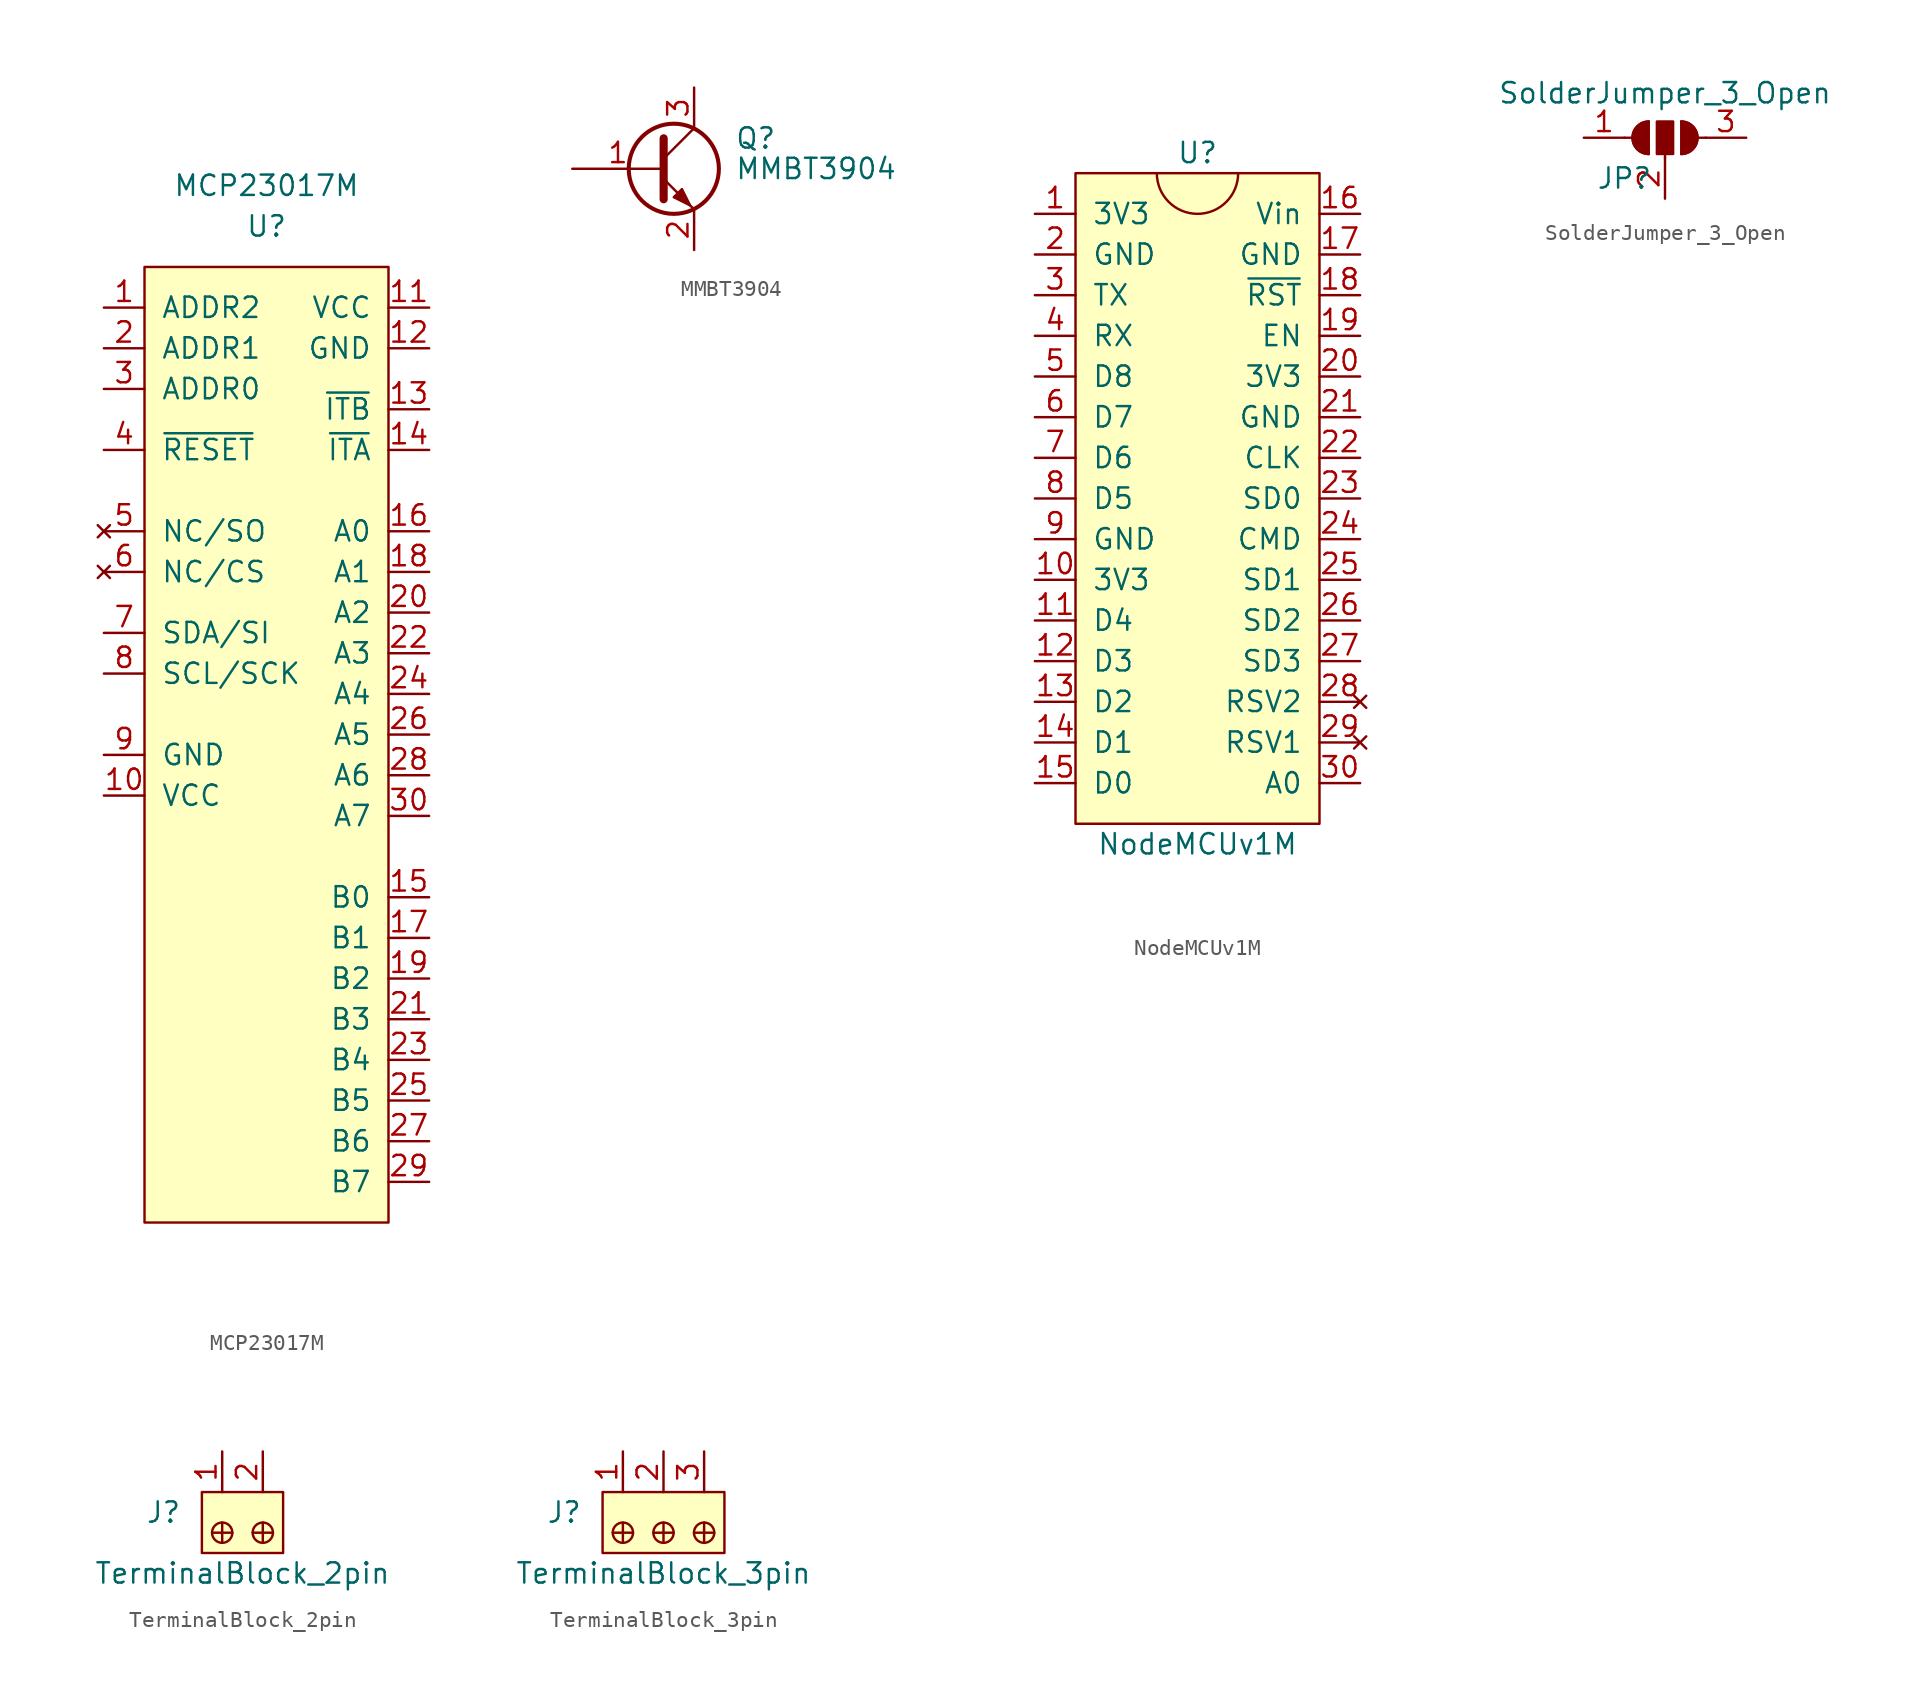
<source format=kicad_sym>
(kicad_symbol_lib
  (version 20201005)
  (generator kicad_symbol_editor)
  (symbol "UH_HA:MCP23017M"
    (pin_names
      (offset 1.016))
    (property "Reference" "U"
      (at 0 16.51 0)
      (effects (font (size 1.27 1.27))))
    (property "Value" "MCP23017M"
      (at 0 19.05 0)
      (effects (font (size 1.27 1.27))))
    (symbol "MCP23017M_0_1"
      (rectangle (start 7.62 -45.72) (end -7.62 13.97) (stroke (width 0)) (fill (type background))))
    (symbol "MCP23017M_1_1"
      (pin input line (at -10.16 11.43 0) (length 2.54) (name "ADDR2" (effects (font (size 1.27 1.27)))) (number "1" (effects (font (size 1.27 1.27)))))
      (pin power_in line (at -10.16 -19.05 0) (length 2.54) (name "VCC" (effects (font (size 1.27 1.27)))) (number "10" (effects (font (size 1.27 1.27)))))
      (pin power_in line (at 10.16 11.43 180) (length 2.54) (name "VCC" (effects (font (size 1.27 1.27)))) (number "11" (effects (font (size 1.27 1.27)))))
      (pin power_in line (at 10.16 8.89 180) (length 2.54) (name "GND" (effects (font (size 1.27 1.27)))) (number "12" (effects (font (size 1.27 1.27)))))
      (pin output line (at 10.16 5.08 180) (length 2.54) (name "~ITB" (effects (font (size 1.27 1.27)))) (number "13" (effects (font (size 1.27 1.27)))))
      (pin output line (at 10.16 2.54 180) (length 2.54) (name "~ITA" (effects (font (size 1.27 1.27)))) (number "14" (effects (font (size 1.27 1.27)))))
      (pin bidirectional line (at 10.16 -25.4 180) (length 2.54) (name "B0" (effects (font (size 1.27 1.27)))) (number "15" (effects (font (size 1.27 1.27)))))
      (pin bidirectional line (at 10.16 -2.54 180) (length 2.54) (name "A0" (effects (font (size 1.27 1.27)))) (number "16" (effects (font (size 1.27 1.27)))))
      (pin bidirectional line (at 10.16 -27.94 180) (length 2.54) (name "B1" (effects (font (size 1.27 1.27)))) (number "17" (effects (font (size 1.27 1.27)))))
      (pin bidirectional line (at 10.16 -5.08 180) (length 2.54) (name "A1" (effects (font (size 1.27 1.27)))) (number "18" (effects (font (size 1.27 1.27)))))
      (pin bidirectional line (at 10.16 -30.48 180) (length 2.54) (name "B2" (effects (font (size 1.27 1.27)))) (number "19" (effects (font (size 1.27 1.27)))))
      (pin input line (at -10.16 8.89 0) (length 2.54) (name "ADDR1" (effects (font (size 1.27 1.27)))) (number "2" (effects (font (size 1.27 1.27)))))
      (pin bidirectional line (at 10.16 -7.62 180) (length 2.54) (name "A2" (effects (font (size 1.27 1.27)))) (number "20" (effects (font (size 1.27 1.27)))))
      (pin bidirectional line (at 10.16 -33.02 180) (length 2.54) (name "B3" (effects (font (size 1.27 1.27)))) (number "21" (effects (font (size 1.27 1.27)))))
      (pin bidirectional line (at 10.16 -10.16 180) (length 2.54) (name "A3" (effects (font (size 1.27 1.27)))) (number "22" (effects (font (size 1.27 1.27)))))
      (pin bidirectional line (at 10.16 -35.56 180) (length 2.54) (name "B4" (effects (font (size 1.27 1.27)))) (number "23" (effects (font (size 1.27 1.27)))))
      (pin bidirectional line (at 10.16 -12.7 180) (length 2.54) (name "A4" (effects (font (size 1.27 1.27)))) (number "24" (effects (font (size 1.27 1.27)))))
      (pin bidirectional line (at 10.16 -38.1 180) (length 2.54) (name "B5" (effects (font (size 1.27 1.27)))) (number "25" (effects (font (size 1.27 1.27)))))
      (pin bidirectional line (at 10.16 -15.24 180) (length 2.54) (name "A5" (effects (font (size 1.27 1.27)))) (number "26" (effects (font (size 1.27 1.27)))))
      (pin bidirectional line (at 10.16 -40.64 180) (length 2.54) (name "B6" (effects (font (size 1.27 1.27)))) (number "27" (effects (font (size 1.27 1.27)))))
      (pin bidirectional line (at 10.16 -17.78 180) (length 2.54) (name "A6" (effects (font (size 1.27 1.27)))) (number "28" (effects (font (size 1.27 1.27)))))
      (pin bidirectional line (at 10.16 -43.18 180) (length 2.54) (name "B7" (effects (font (size 1.27 1.27)))) (number "29" (effects (font (size 1.27 1.27)))))
      (pin input line (at -10.16 6.35 0) (length 2.54) (name "ADDR0" (effects (font (size 1.27 1.27)))) (number "3" (effects (font (size 1.27 1.27)))))
      (pin bidirectional line (at 10.16 -20.32 180) (length 2.54) (name "A7" (effects (font (size 1.27 1.27)))) (number "30" (effects (font (size 1.27 1.27)))))
      (pin input line (at -10.16 2.54 0) (length 2.54) (name "~RESET" (effects (font (size 1.27 1.27)))) (number "4" (effects (font (size 1.27 1.27)))))
      (pin no_connect line (at -10.16 -2.54 0) (length 2.54) (name "NC/SO" (effects (font (size 1.27 1.27)))) (number "5" (effects (font (size 1.27 1.27)))))
      (pin no_connect line (at -10.16 -5.08 0) (length 2.54) (name "NC/CS" (effects (font (size 1.27 1.27)))) (number "6" (effects (font (size 1.27 1.27)))))
      (pin bidirectional line (at -10.16 -8.89 0) (length 2.54) (name "SDA/SI" (effects (font (size 1.27 1.27)))) (number "7" (effects (font (size 1.27 1.27)))))
      (pin bidirectional line (at -10.16 -11.43 0) (length 2.54) (name "SCL/SCK" (effects (font (size 1.27 1.27)))) (number "8" (effects (font (size 1.27 1.27)))))
      (pin power_in line (at -10.16 -16.51 0) (length 2.54) (name "GND" (effects (font (size 1.27 1.27)))) (number "9" (effects (font (size 1.27 1.27)))))))
  (symbol "UH_HA:MMBT3904"
    (pin_names
      (offset 0) hide)
    (property "Reference" "Q"
      (at 5.08 1.905 0)
      (effects (font (size 1.27 1.27)) (justify left)))
    (property "Value" "MMBT3904"
      (at 5.08 0 0)
      (effects (font (size 1.27 1.27)) (justify left)))
    (symbol "MMBT3904_0_1"
      (circle (center 1.27 0) (radius 2.819) (stroke (width 0.254)) (fill (type none)))
      (polyline (pts (xy 0.635 0.635) (xy 2.54 2.54)) (stroke (width 0)) (fill (type none)))
      (polyline (pts (xy 0.635 -0.635) (xy 2.54 -2.54) (xy 2.54 -2.54)) (stroke (width 0)) (fill (type none)))
      (polyline (pts (xy 0.635 1.905) (xy 0.635 -1.905) (xy 0.635 -1.905)) (stroke (width 0.508)) (fill (type none)))
      (polyline (pts (xy 1.27 -1.778) (xy 1.778 -1.27) (xy 2.286 -2.286) (xy 1.27 -1.778) (xy 1.27 -1.778)) (stroke (width 0)) (fill (type outline))))
    (symbol "MMBT3904_1_1"
      (pin input line (at -5.08 0 0) (length 5.715) (name "B" (effects (font (size 1.27 1.27)))) (number "1" (effects (font (size 1.27 1.27)))))
      (pin passive line (at 2.54 -5.08 90) (length 2.54) (name "E" (effects (font (size 1.27 1.27)))) (number "2" (effects (font (size 1.27 1.27)))))
      (pin passive line (at 2.54 5.08 270) (length 2.54) (name "C" (effects (font (size 1.27 1.27)))) (number "3" (effects (font (size 1.27 1.27)))))))
  (symbol "UH_HA:NodeMCUv1M"
    (pin_names
      (offset 1.016))
    (property "Reference" "U"
      (at 0 22.86 0)
      (effects (font (size 1.27 1.27))))
    (property "Value" "NodeMCUv1M"
      (at 0 -20.32 0)
      (effects (font (size 1.27 1.27))))
    (symbol "NodeMCUv1M_0_1"
      (arc (start -2.54 21.59) (end 2.54 21.59) (radius (at 0 21.59) (length 2.54) (angles -179.9 -0.1)) (stroke (width 0)) (fill (type none)))
      (rectangle (start -7.62 21.59) (end 7.62 -19.05) (stroke (width 0)) (fill (type background))))
    (symbol "NodeMCUv1M_1_1"
      (pin power_out line (at -10.16 19.05 0) (length 2.54) (name "3V3" (effects (font (size 1.27 1.27)))) (number "1" (effects (font (size 1.27 1.27)))))
      (pin power_out line (at -10.16 -3.81 0) (length 2.54) (name "3V3" (effects (font (size 1.27 1.27)))) (number "10" (effects (font (size 1.27 1.27)))))
      (pin bidirectional line (at -10.16 -6.35 0) (length 2.54) (name "D4" (effects (font (size 1.27 1.27)))) (number "11" (effects (font (size 1.27 1.27)))))
      (pin bidirectional line (at -10.16 -8.89 0) (length 2.54) (name "D3" (effects (font (size 1.27 1.27)))) (number "12" (effects (font (size 1.27 1.27)))))
      (pin bidirectional line (at -10.16 -11.43 0) (length 2.54) (name "D2" (effects (font (size 1.27 1.27)))) (number "13" (effects (font (size 1.27 1.27)))))
      (pin bidirectional line (at -10.16 -13.97 0) (length 2.54) (name "D1" (effects (font (size 1.27 1.27)))) (number "14" (effects (font (size 1.27 1.27)))))
      (pin bidirectional line (at -10.16 -16.51 0) (length 2.54) (name "D0" (effects (font (size 1.27 1.27)))) (number "15" (effects (font (size 1.27 1.27)))))
      (pin power_in line (at 10.16 19.05 180) (length 2.54) (name "Vin" (effects (font (size 1.27 1.27)))) (number "16" (effects (font (size 1.27 1.27)))))
      (pin power_in line (at 10.16 16.51 180) (length 2.54) (name "GND" (effects (font (size 1.27 1.27)))) (number "17" (effects (font (size 1.27 1.27)))))
      (pin power_in line (at 10.16 13.97 180) (length 2.54) (name "~RST" (effects (font (size 1.27 1.27)))) (number "18" (effects (font (size 1.27 1.27)))))
      (pin power_in line (at 10.16 11.43 180) (length 2.54) (name "EN" (effects (font (size 1.27 1.27)))) (number "19" (effects (font (size 1.27 1.27)))))
      (pin power_out line (at -10.16 16.51 0) (length 2.54) (name "GND" (effects (font (size 1.27 1.27)))) (number "2" (effects (font (size 1.27 1.27)))))
      (pin power_out line (at 10.16 8.89 180) (length 2.54) (name "3V3" (effects (font (size 1.27 1.27)))) (number "20" (effects (font (size 1.27 1.27)))))
      (pin power_in line (at 10.16 6.35 180) (length 2.54) (name "GND" (effects (font (size 1.27 1.27)))) (number "21" (effects (font (size 1.27 1.27)))))
      (pin unspecified line (at 10.16 3.81 180) (length 2.54) (name "CLK" (effects (font (size 1.27 1.27)))) (number "22" (effects (font (size 1.27 1.27)))))
      (pin unspecified line (at 10.16 1.27 180) (length 2.54) (name "SD0" (effects (font (size 1.27 1.27)))) (number "23" (effects (font (size 1.27 1.27)))))
      (pin unspecified line (at 10.16 -1.27 180) (length 2.54) (name "CMD" (effects (font (size 1.27 1.27)))) (number "24" (effects (font (size 1.27 1.27)))))
      (pin unspecified line (at 10.16 -3.81 180) (length 2.54) (name "SD1" (effects (font (size 1.27 1.27)))) (number "25" (effects (font (size 1.27 1.27)))))
      (pin unspecified line (at 10.16 -6.35 180) (length 2.54) (name "SD2" (effects (font (size 1.27 1.27)))) (number "26" (effects (font (size 1.27 1.27)))))
      (pin unspecified line (at 10.16 -8.89 180) (length 2.54) (name "SD3" (effects (font (size 1.27 1.27)))) (number "27" (effects (font (size 1.27 1.27)))))
      (pin no_connect line (at 10.16 -11.43 180) (length 2.54) (name "RSV2" (effects (font (size 1.27 1.27)))) (number "28" (effects (font (size 1.27 1.27)))))
      (pin no_connect line (at 10.16 -13.97 180) (length 2.54) (name "RSV1" (effects (font (size 1.27 1.27)))) (number "29" (effects (font (size 1.27 1.27)))))
      (pin bidirectional line (at -10.16 13.97 0) (length 2.54) (name "TX" (effects (font (size 1.27 1.27)))) (number "3" (effects (font (size 1.27 1.27)))))
      (pin input line (at 10.16 -16.51 180) (length 2.54) (name "A0" (effects (font (size 1.27 1.27)))) (number "30" (effects (font (size 1.27 1.27)))))
      (pin bidirectional line (at -10.16 11.43 0) (length 2.54) (name "RX" (effects (font (size 1.27 1.27)))) (number "4" (effects (font (size 1.27 1.27)))))
      (pin bidirectional line (at -10.16 8.89 0) (length 2.54) (name "D8" (effects (font (size 1.27 1.27)))) (number "5" (effects (font (size 1.27 1.27)))))
      (pin bidirectional line (at -10.16 6.35 0) (length 2.54) (name "D7" (effects (font (size 1.27 1.27)))) (number "6" (effects (font (size 1.27 1.27)))))
      (pin bidirectional line (at -10.16 3.81 0) (length 2.54) (name "D6" (effects (font (size 1.27 1.27)))) (number "7" (effects (font (size 1.27 1.27)))))
      (pin bidirectional line (at -10.16 1.27 0) (length 2.54) (name "D5" (effects (font (size 1.27 1.27)))) (number "8" (effects (font (size 1.27 1.27)))))
      (pin power_out line (at -10.16 -1.27 0) (length 2.54) (name "GND" (effects (font (size 1.27 1.27)))) (number "9" (effects (font (size 1.27 1.27)))))))
  (symbol "UH_HA:SolderJumper_3_Open"
    (pin_names
      (offset 0) hide)
    (property "Reference" "JP"
      (at -2.54 -2.54 0)
      (effects (font (size 1.27 1.27))))
    (property "Value" "SolderJumper_3_Open"
      (at 0 2.794 0)
      (effects (font (size 1.27 1.27))))
    (symbol "SolderJumper_3_Open_0_1"
      (arc (start -1.016 1.016) (end -1.016 -1.016) (radius (at -1.016 0) (length 1.016) (angles 90.1 -90.1)) (stroke (width 0)) (fill (type none)))
      (arc (start 1.016 -1.016) (end 1.016 1.016) (radius (at 1.016 0) (length 1.016) (angles -89.9 89.9)) (stroke (width 0)) (fill (type none)))
      (arc (start -1.016 1.016) (end -1.016 -1.016) (radius (at -1.016 0) (length 1.016) (angles 90.1 -90.1)) (stroke (width 0)) (fill (type outline)))
      (arc (start 1.016 -1.016) (end 1.016 1.016) (radius (at 1.016 0) (length 1.016) (angles -89.9 89.9)) (stroke (width 0)) (fill (type outline)))
      (rectangle (start -0.508 1.016) (end 0.508 -1.016) (stroke (width 0)) (fill (type outline)))
      (polyline (pts (xy -2.54 0) (xy -2.032 0)) (stroke (width 0)) (fill (type none)))
      (polyline (pts (xy -1.016 1.016) (xy -1.016 -1.016)) (stroke (width 0)) (fill (type none)))
      (polyline (pts (xy 0 -1.27) (xy 0 -1.016)) (stroke (width 0)) (fill (type none)))
      (polyline (pts (xy 1.016 1.016) (xy 1.016 -1.016)) (stroke (width 0)) (fill (type none)))
      (polyline (pts (xy 2.54 0) (xy 2.032 0)) (stroke (width 0)) (fill (type none))))
    (symbol "SolderJumper_3_Open_1_1"
      (pin passive line (at -5.08 0 0) (length 2.54) (name "A" (effects (font (size 1.27 1.27)))) (number "1" (effects (font (size 1.27 1.27)))))
      (pin input line (at 0 -3.81 90) (length 2.54) (name "C" (effects (font (size 1.27 1.27)))) (number "2" (effects (font (size 1.27 1.27)))))
      (pin passive line (at 5.08 0 180) (length 2.54) (name "B" (effects (font (size 1.27 1.27)))) (number "3" (effects (font (size 1.27 1.27)))))))
  (symbol "UH_HA:TerminalBlock_2pin"
    (pin_names
      (offset 1.016))
    (property "Reference" "J"
      (at -2.54 1.27 0)
      (effects (font (size 1.27 1.27)) (justify right)))
    (property "Value" "TerminalBlock_2pin"
      (at 1.27 -2.54 0)
      (effects (font (size 1.27 1.27))))
    (symbol "TerminalBlock_2pin_1_1"
      (circle (center 0 0) (radius 0.635) (stroke (width 0)) (fill (type none)))
      (circle (center 2.54 0) (radius 0.635) (stroke (width 0)) (fill (type none)))
      (rectangle (start -1.27 2.54) (end 3.81 -1.27) (stroke (width 0)) (fill (type background)))
      (polyline (pts (xy 0 0.635) (xy 0 -0.635)) (stroke (width 0)) (fill (type none)))
      (polyline (pts (xy 0.635 0) (xy -0.635 0)) (stroke (width 0)) (fill (type none)))
      (polyline (pts (xy 1.905 0) (xy 3.175 0)) (stroke (width 0)) (fill (type none)))
      (polyline (pts (xy 2.54 0.635) (xy 2.54 -0.635)) (stroke (width 0)) (fill (type none)))
      (pin passive line (at 0 5.08 270) (length 2.54) (name "~" (effects (font (size 1.27 1.27)))) (number "1" (effects (font (size 1.27 1.27)))))
      (pin passive line (at 2.54 5.08 270) (length 2.54) (name "~" (effects (font (size 1.27 1.27)))) (number "2" (effects (font (size 1.27 1.27)))))))
  (symbol "UH_HA:TerminalBlock_3pin"
    (pin_names
      (offset 1.016))
    (property "Reference" "J"
      (at -2.54 1.27 0)
      (effects (font (size 1.27 1.27)) (justify right)))
    (property "Value" "TerminalBlock_3pin"
      (at 2.54 -2.54 0)
      (effects (font (size 1.27 1.27))))
    (symbol "TerminalBlock_3pin_1_1"
      (circle (center 0 0) (radius 0.635) (stroke (width 0)) (fill (type none)))
      (circle (center 2.54 0) (radius 0.635) (stroke (width 0)) (fill (type none)))
      (circle (center 5.08 0) (radius 0.635) (stroke (width 0)) (fill (type none)))
      (rectangle (start -1.27 2.54) (end 6.35 -1.27) (stroke (width 0)) (fill (type background)))
      (polyline (pts (xy 0 0.635) (xy 0 -0.635)) (stroke (width 0)) (fill (type none)))
      (polyline (pts (xy 0.635 0) (xy -0.635 0)) (stroke (width 0)) (fill (type none)))
      (polyline (pts (xy 1.905 0) (xy 3.175 0)) (stroke (width 0)) (fill (type none)))
      (polyline (pts (xy 2.54 0.635) (xy 2.54 -0.635)) (stroke (width 0)) (fill (type none)))
      (polyline (pts (xy 4.445 0) (xy 5.715 0)) (stroke (width 0)) (fill (type none)))
      (polyline (pts (xy 5.08 0.635) (xy 5.08 -0.635)) (stroke (width 0)) (fill (type none)))
      (pin passive line (at 0 5.08 270) (length 2.54) (name "~" (effects (font (size 1.27 1.27)))) (number "1" (effects (font (size 1.27 1.27)))))
      (pin passive line (at 2.54 5.08 270) (length 2.54) (name "~" (effects (font (size 1.27 1.27)))) (number "2" (effects (font (size 1.27 1.27)))))
      (pin passive line (at 5.08 5.08 270) (length 2.54) (name "~" (effects (font (size 1.27 1.27)))) (number "3" (effects (font (size 1.27 1.27))))))))
</source>
